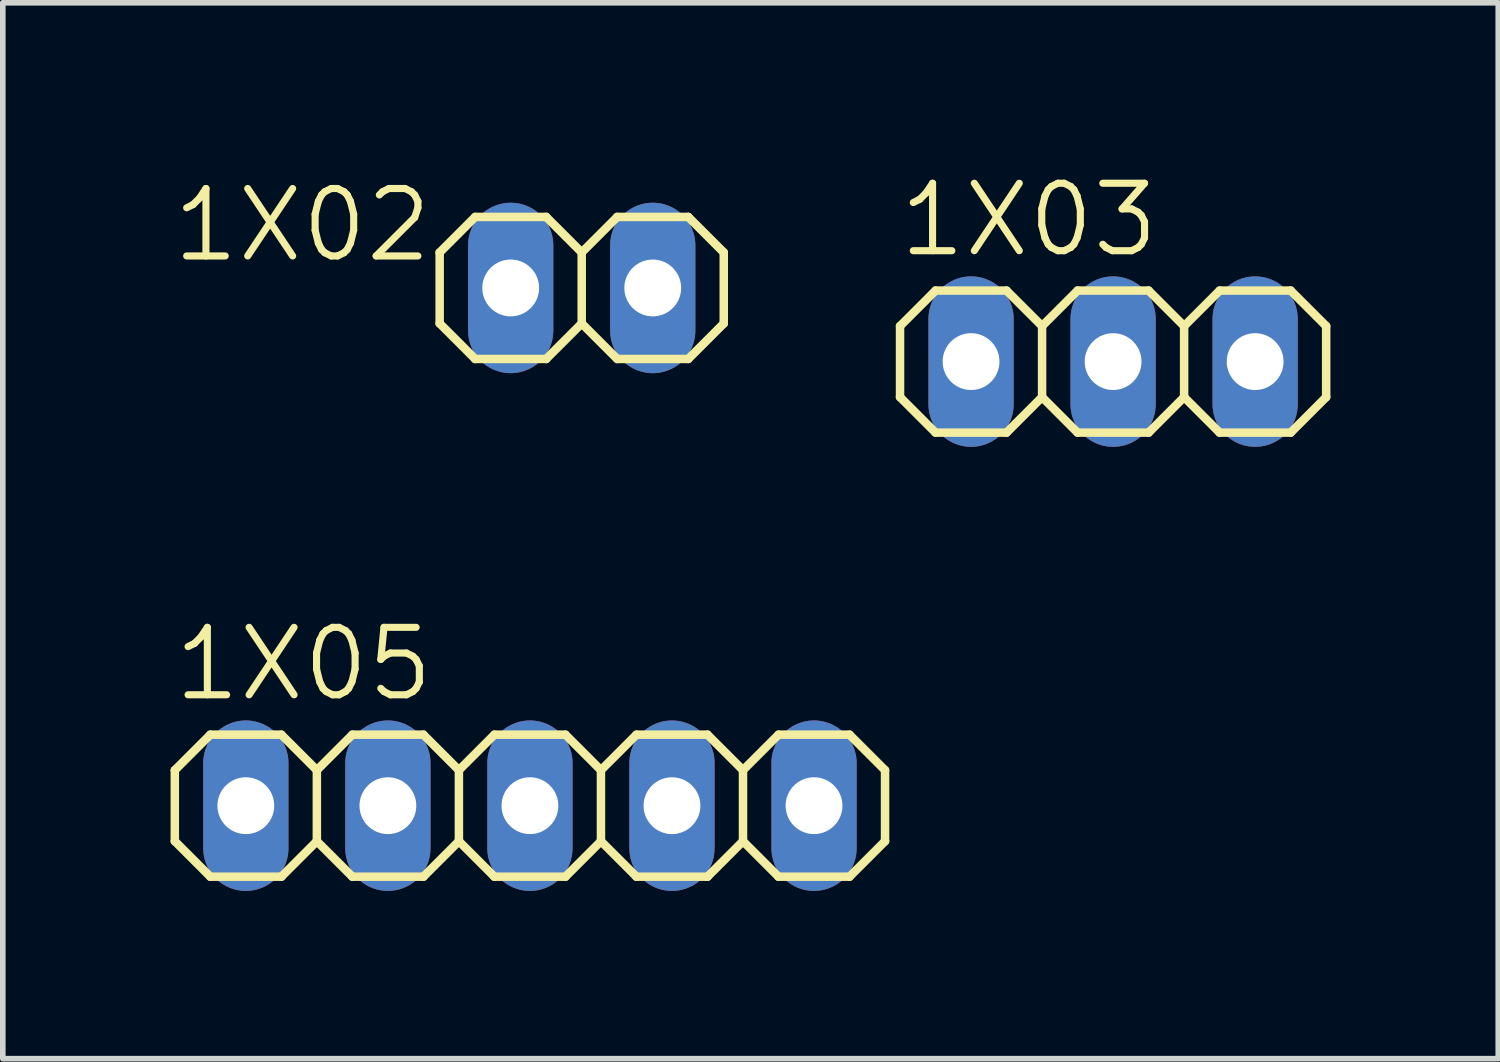
<source format=kicad_pcb>
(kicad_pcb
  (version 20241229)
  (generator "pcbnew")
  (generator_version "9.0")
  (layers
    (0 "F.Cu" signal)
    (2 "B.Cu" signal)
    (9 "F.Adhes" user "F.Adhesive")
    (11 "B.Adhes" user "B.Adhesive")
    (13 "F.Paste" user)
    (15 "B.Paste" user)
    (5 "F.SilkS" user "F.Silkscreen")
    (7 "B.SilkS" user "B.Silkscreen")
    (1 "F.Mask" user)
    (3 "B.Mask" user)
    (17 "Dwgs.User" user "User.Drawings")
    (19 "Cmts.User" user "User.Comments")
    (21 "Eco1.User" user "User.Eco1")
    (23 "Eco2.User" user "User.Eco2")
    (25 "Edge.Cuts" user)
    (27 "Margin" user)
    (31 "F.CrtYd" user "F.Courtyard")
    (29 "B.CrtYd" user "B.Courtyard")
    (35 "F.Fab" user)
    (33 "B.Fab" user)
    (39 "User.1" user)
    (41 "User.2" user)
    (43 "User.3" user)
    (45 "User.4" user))
  (footprint "1X03"
    (layer "F.Cu")
    (at 16.854 3.416)
    (property "Reference" "1X03" (at -3.886 -1.829 0) (layer "F.SilkS") (effects (font (size 1.206 1.206) (thickness 0.127)) (justify left bottom)))
    (attr through_hole)
    (fp_line (start -3.81 -0.635) (end -3.81 0.635) (stroke (width 0.152) (type solid)) (layer "F.SilkS"))
    (fp_line (start -3.81 0.635) (end -3.175 1.27) (stroke (width 0.152) (type solid)) (layer "F.SilkS"))
    (fp_line (start -3.175 -1.27) (end -3.81 -0.635) (stroke (width 0.152) (type solid)) (layer "F.SilkS"))
    (fp_line (start -3.175 -1.27) (end -1.905 -1.27) (stroke (width 0.152) (type solid)) (layer "F.SilkS"))
    (fp_line (start -1.905 -1.27) (end -1.27 -0.635) (stroke (width 0.152) (type solid)) (layer "F.SilkS"))
    (fp_line (start -1.905 1.27) (end -3.175 1.27) (stroke (width 0.152) (type solid)) (layer "F.SilkS"))
    (fp_line (start -1.27 -0.635) (end -1.27 0.635) (stroke (width 0.152) (type solid)) (layer "F.SilkS"))
    (fp_line (start -1.27 -0.635) (end -0.635 -1.27) (stroke (width 0.152) (type solid)) (layer "F.SilkS"))
    (fp_line (start -1.27 0.635) (end -1.905 1.27) (stroke (width 0.152) (type solid)) (layer "F.SilkS"))
    (fp_line (start -0.635 -1.27) (end 0.635 -1.27) (stroke (width 0.152) (type solid)) (layer "F.SilkS"))
    (fp_line (start -0.635 1.27) (end -1.27 0.635) (stroke (width 0.152) (type solid)) (layer "F.SilkS"))
    (fp_line (start 0.635 -1.27) (end 1.27 -0.635) (stroke (width 0.152) (type solid)) (layer "F.SilkS"))
    (fp_line (start 0.635 1.27) (end -0.635 1.27) (stroke (width 0.152) (type solid)) (layer "F.SilkS"))
    (fp_line (start 1.27 -0.635) (end 1.27 0.635) (stroke (width 0.152) (type solid)) (layer "F.SilkS"))
    (fp_line (start 1.27 -0.635) (end 1.905 -1.27) (stroke (width 0.152) (type solid)) (layer "F.SilkS"))
    (fp_line (start 1.27 0.635) (end 0.635 1.27) (stroke (width 0.152) (type solid)) (layer "F.SilkS"))
    (fp_line (start 1.905 -1.27) (end 3.175 -1.27) (stroke (width 0.152) (type solid)) (layer "F.SilkS"))
    (fp_line (start 1.905 1.27) (end 1.27 0.635) (stroke (width 0.152) (type solid)) (layer "F.SilkS"))
    (fp_line (start 3.175 -1.27) (end 3.81 -0.635) (stroke (width 0.152) (type solid)) (layer "F.SilkS"))
    (fp_line (start 3.175 1.27) (end 1.905 1.27) (stroke (width 0.152) (type solid)) (layer "F.SilkS"))
    (fp_line (start 3.81 -0.635) (end 3.81 0.635) (stroke (width 0.152) (type solid)) (layer "F.SilkS"))
    (fp_line (start 3.81 0.635) (end 3.175 1.27) (stroke (width 0.152) (type solid)) (layer "F.SilkS"))
    (fp_poly (pts (xy -2.794 0.254) (xy -2.286 0.254) (xy -2.286 -0.254) (xy -2.794 -0.254)) (stroke (width 0.1) (type solid)) (fill no) (layer "F.Fab"))
    (fp_poly (pts (xy -0.254 0.254) (xy 0.254 0.254) (xy 0.254 -0.254) (xy -0.254 -0.254)) (stroke (width 0.1) (type solid)) (fill no) (layer "F.Fab"))
    (fp_poly (pts (xy 2.286 0.254) (xy 2.794 0.254) (xy 2.794 -0.254) (xy 2.286 -0.254)) (stroke (width 0.1) (type solid)) (fill no) (layer "F.Fab"))
    (pad "1" thru_hole oval (at -2.54 0 90) (size 3.048 1.524) (drill 1.016) (layers "*.Cu" "*.Mask"))
    (pad "2" thru_hole oval (at 0 0 90) (size 3.048 1.524) (drill 1.016) (layers "*.Cu" "*.Mask"))
    (pad "3" thru_hole oval (at 2.54 0 90) (size 3.048 1.524) (drill 1.016) (layers "*.Cu" "*.Mask")))
  (footprint "1X02"
    (layer "F.Cu")
    (at 7.352 2.099)
    (property "Reference" "1X02" (at -2.616 -1.829 0) (layer "F.SilkS") (effects (font (size 1.206 1.206) (thickness 0.127)) (justify right top)))
    (attr through_hole)
    (fp_line (start -2.54 -0.635) (end -2.54 0.635) (stroke (width 0.152) (type solid)) (layer "F.SilkS"))
    (fp_line (start -2.54 0.635) (end -1.905 1.27) (stroke (width 0.152) (type solid)) (layer "F.SilkS"))
    (fp_line (start -1.905 -1.27) (end -2.54 -0.635) (stroke (width 0.152) (type solid)) (layer "F.SilkS"))
    (fp_line (start -1.905 -1.27) (end -0.635 -1.27) (stroke (width 0.152) (type solid)) (layer "F.SilkS"))
    (fp_line (start -0.635 -1.27) (end 0 -0.635) (stroke (width 0.152) (type solid)) (layer "F.SilkS"))
    (fp_line (start -0.635 1.27) (end -1.905 1.27) (stroke (width 0.152) (type solid)) (layer "F.SilkS"))
    (fp_line (start 0 -0.635) (end 0 0.635) (stroke (width 0.152) (type solid)) (layer "F.SilkS"))
    (fp_line (start 0 -0.635) (end 0.635 -1.27) (stroke (width 0.152) (type solid)) (layer "F.SilkS"))
    (fp_line (start 0 0.635) (end -0.635 1.27) (stroke (width 0.152) (type solid)) (layer "F.SilkS"))
    (fp_line (start 0.635 -1.27) (end 1.905 -1.27) (stroke (width 0.152) (type solid)) (layer "F.SilkS"))
    (fp_line (start 0.635 1.27) (end 0 0.635) (stroke (width 0.152) (type solid)) (layer "F.SilkS"))
    (fp_line (start 1.905 -1.27) (end 2.54 -0.635) (stroke (width 0.152) (type solid)) (layer "F.SilkS"))
    (fp_line (start 1.905 1.27) (end 0.635 1.27) (stroke (width 0.152) (type solid)) (layer "F.SilkS"))
    (fp_line (start 2.54 -0.635) (end 2.54 0.635) (stroke (width 0.152) (type solid)) (layer "F.SilkS"))
    (fp_line (start 2.54 0.635) (end 1.905 1.27) (stroke (width 0.152) (type solid)) (layer "F.SilkS"))
    (fp_poly (pts (xy -1.524 0.254) (xy -1.016 0.254) (xy -1.016 -0.254) (xy -1.524 -0.254)) (stroke (width 0.1) (type solid)) (fill no) (layer "F.Fab"))
    (fp_poly (pts (xy 1.016 0.254) (xy 1.524 0.254) (xy 1.524 -0.254) (xy 1.016 -0.254)) (stroke (width 0.1) (type solid)) (fill no) (layer "F.Fab"))
    (pad "1" thru_hole oval (at -1.27 0 90) (size 3.048 1.524) (drill 1.016) (layers "*.Cu" "*.Mask"))
    (pad "2" thru_hole oval (at 1.27 0 90) (size 3.048 1.524) (drill 1.016) (layers "*.Cu" "*.Mask")))
  (footprint "1X05"
    (layer "F.Cu")
    (at 6.426 11.357)
    (property "Reference" "1X05" (at -6.426 -1.829 0) (layer "F.SilkS") (effects (font (size 1.206 1.206) (thickness 0.127)) (justify left bottom)))
    (attr through_hole)
    (fp_line (start -6.35 -0.635) (end -6.35 0.635) (stroke (width 0.152) (type solid)) (layer "F.SilkS"))
    (fp_line (start -6.35 0.635) (end -5.715 1.27) (stroke (width 0.152) (type solid)) (layer "F.SilkS"))
    (fp_line (start -5.715 -1.27) (end -6.35 -0.635) (stroke (width 0.152) (type solid)) (layer "F.SilkS"))
    (fp_line (start -5.715 -1.27) (end -4.445 -1.27) (stroke (width 0.152) (type solid)) (layer "F.SilkS"))
    (fp_line (start -4.445 -1.27) (end -3.81 -0.635) (stroke (width 0.152) (type solid)) (layer "F.SilkS"))
    (fp_line (start -4.445 1.27) (end -5.715 1.27) (stroke (width 0.152) (type solid)) (layer "F.SilkS"))
    (fp_line (start -3.81 -0.635) (end -3.81 0.635) (stroke (width 0.152) (type solid)) (layer "F.SilkS"))
    (fp_line (start -3.81 -0.635) (end -3.175 -1.27) (stroke (width 0.152) (type solid)) (layer "F.SilkS"))
    (fp_line (start -3.81 0.635) (end -4.445 1.27) (stroke (width 0.152) (type solid)) (layer "F.SilkS"))
    (fp_line (start -3.175 -1.27) (end -1.905 -1.27) (stroke (width 0.152) (type solid)) (layer "F.SilkS"))
    (fp_line (start -3.175 1.27) (end -3.81 0.635) (stroke (width 0.152) (type solid)) (layer "F.SilkS"))
    (fp_line (start -1.905 -1.27) (end -1.27 -0.635) (stroke (width 0.152) (type solid)) (layer "F.SilkS"))
    (fp_line (start -1.905 1.27) (end -3.175 1.27) (stroke (width 0.152) (type solid)) (layer "F.SilkS"))
    (fp_line (start -1.27 -0.635) (end -1.27 0.635) (stroke (width 0.152) (type solid)) (layer "F.SilkS"))
    (fp_line (start -1.27 -0.635) (end -0.635 -1.27) (stroke (width 0.152) (type solid)) (layer "F.SilkS"))
    (fp_line (start -1.27 0.635) (end -1.905 1.27) (stroke (width 0.152) (type solid)) (layer "F.SilkS"))
    (fp_line (start -0.635 -1.27) (end 0.635 -1.27) (stroke (width 0.152) (type solid)) (layer "F.SilkS"))
    (fp_line (start -0.635 1.27) (end -1.27 0.635) (stroke (width 0.152) (type solid)) (layer "F.SilkS"))
    (fp_line (start 0.635 -1.27) (end 1.27 -0.635) (stroke (width 0.152) (type solid)) (layer "F.SilkS"))
    (fp_line (start 0.635 1.27) (end -0.635 1.27) (stroke (width 0.152) (type solid)) (layer "F.SilkS"))
    (fp_line (start 1.27 -0.635) (end 1.27 0.635) (stroke (width 0.152) (type solid)) (layer "F.SilkS"))
    (fp_line (start 1.27 0.635) (end 0.635 1.27) (stroke (width 0.152) (type solid)) (layer "F.SilkS"))
    (fp_line (start 1.27 0.635) (end 1.905 1.27) (stroke (width 0.152) (type solid)) (layer "F.SilkS"))
    (fp_line (start 1.905 -1.27) (end 1.27 -0.635) (stroke (width 0.152) (type solid)) (layer "F.SilkS"))
    (fp_line (start 1.905 -1.27) (end 3.175 -1.27) (stroke (width 0.152) (type solid)) (layer "F.SilkS"))
    (fp_line (start 3.175 -1.27) (end 3.81 -0.635) (stroke (width 0.152) (type solid)) (layer "F.SilkS"))
    (fp_line (start 3.175 1.27) (end 1.905 1.27) (stroke (width 0.152) (type solid)) (layer "F.SilkS"))
    (fp_line (start 3.81 -0.635) (end 3.81 0.635) (stroke (width 0.152) (type solid)) (layer "F.SilkS"))
    (fp_line (start 3.81 0.635) (end 3.175 1.27) (stroke (width 0.152) (type solid)) (layer "F.SilkS"))
    (fp_line (start 3.81 0.635) (end 4.445 1.27) (stroke (width 0.152) (type solid)) (layer "F.SilkS"))
    (fp_line (start 4.445 -1.27) (end 3.81 -0.635) (stroke (width 0.152) (type solid)) (layer "F.SilkS"))
    (fp_line (start 4.445 -1.27) (end 5.715 -1.27) (stroke (width 0.152) (type solid)) (layer "F.SilkS"))
    (fp_line (start 5.715 -1.27) (end 6.35 -0.635) (stroke (width 0.152) (type solid)) (layer "F.SilkS"))
    (fp_line (start 5.715 1.27) (end 4.445 1.27) (stroke (width 0.152) (type solid)) (layer "F.SilkS"))
    (fp_line (start 6.35 -0.635) (end 6.35 0.635) (stroke (width 0.152) (type solid)) (layer "F.SilkS"))
    (fp_line (start 6.35 0.635) (end 5.715 1.27) (stroke (width 0.152) (type solid)) (layer "F.SilkS"))
    (fp_poly (pts (xy -5.334 0.254) (xy -4.826 0.254) (xy -4.826 -0.254) (xy -5.334 -0.254)) (stroke (width 0.1) (type solid)) (fill no) (layer "F.Fab"))
    (fp_poly (pts (xy -2.794 0.254) (xy -2.286 0.254) (xy -2.286 -0.254) (xy -2.794 -0.254)) (stroke (width 0.1) (type solid)) (fill no) (layer "F.Fab"))
    (fp_poly (pts (xy -0.254 0.254) (xy 0.254 0.254) (xy 0.254 -0.254) (xy -0.254 -0.254)) (stroke (width 0.1) (type solid)) (fill no) (layer "F.Fab"))
    (fp_poly (pts (xy 2.286 0.254) (xy 2.794 0.254) (xy 2.794 -0.254) (xy 2.286 -0.254)) (stroke (width 0.1) (type solid)) (fill no) (layer "F.Fab"))
    (fp_poly (pts (xy 4.826 0.254) (xy 5.334 0.254) (xy 5.334 -0.254) (xy 4.826 -0.254)) (stroke (width 0.1) (type solid)) (fill no) (layer "F.Fab"))
    (pad "1" thru_hole oval (at -5.08 0 90) (size 3.048 1.524) (drill 1.016) (layers "*.Cu" "*.Mask"))
    (pad "2" thru_hole oval (at -2.54 0 90) (size 3.048 1.524) (drill 1.016) (layers "*.Cu" "*.Mask"))
    (pad "3" thru_hole oval (at 0 0 90) (size 3.048 1.524) (drill 1.016) (layers "*.Cu" "*.Mask"))
    (pad "4" thru_hole oval (at 2.54 0 90) (size 3.048 1.524) (drill 1.016) (layers "*.Cu" "*.Mask"))
    (pad "5" thru_hole oval (at 5.08 0 90) (size 3.048 1.524) (drill 1.016) (layers "*.Cu" "*.Mask")))
  (gr_rect
    (start -3 -3)
    (end 23.741 15.881)
    (stroke (width 0.1) (type default))
    (fill no)
    (layer "Edge.Cuts")))
</source>
